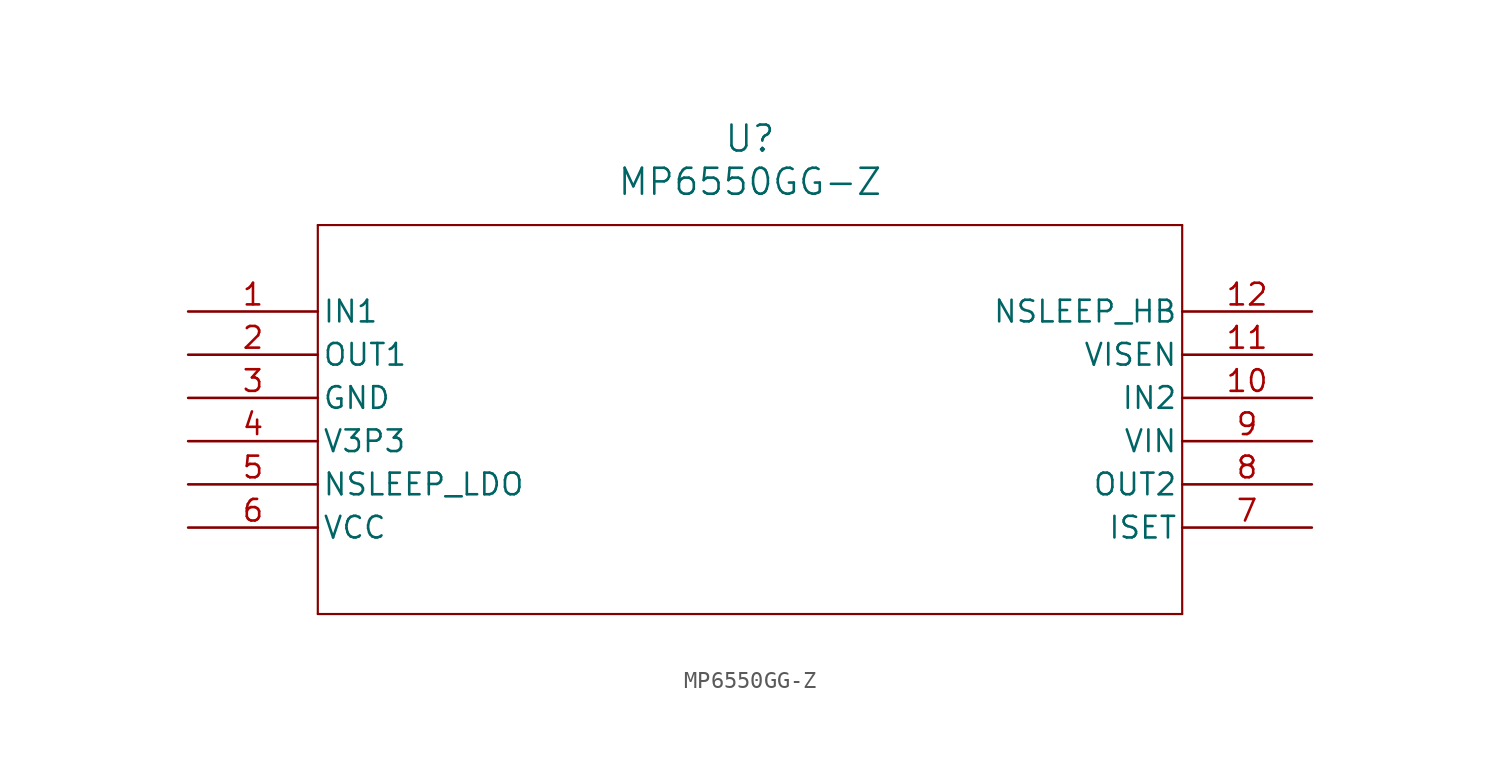
<source format=kicad_sym>
(kicad_symbol_lib
  (version 20241209)
  (generator "kicad_symbol_editor")
  (generator_version "9.0")
  (symbol "MP6550GG-Z"
    (pin_names
      (offset 0.254))
    (property "Reference" "U"
      (at 33.02 10.16 0)
      (effects (font (size 1.524 1.524))))
    (property "Value" "MP6550GG-Z"
      (at 33.02 7.62 0)
      (effects (font (size 1.524 1.524))))
    (property "ki_locked" ""
      (at 0 0 0)
      (effects (font (size 1.27 1.27))))
    (symbol "MP6550GG-Z_0_1"
      (polyline (pts (xy 7.62 5.08) (xy 7.62 -17.78)) (stroke (width 0.127) (type default)) (fill (type none)))
      (polyline (pts (xy 7.62 -17.78) (xy 58.42 -17.78)) (stroke (width 0.127) (type default)) (fill (type none)))
      (polyline (pts (xy 58.42 5.08) (xy 7.62 5.08)) (stroke (width 0.127) (type default)) (fill (type none)))
      (polyline (pts (xy 58.42 -17.78) (xy 58.42 5.08)) (stroke (width 0.127) (type default)) (fill (type none)))
      (pin input line (at 0 0 0) (length 7.62) (name "IN1" (effects (font (size 1.27 1.27)))) (number "1" (effects (font (size 1.27 1.27)))))
      (pin output line (at 0 -2.54 0) (length 7.62) (name "OUT1" (effects (font (size 1.27 1.27)))) (number "2" (effects (font (size 1.27 1.27)))))
      (pin power_in line (at 0 -12.7 0) (length 7.62) (name "VCC" (effects (font (size 1.27 1.27)))) (number "6" (effects (font (size 1.27 1.27)))))
      (pin input line (at 66.04 -5.08 180) (length 7.62) (name "IN2" (effects (font (size 1.27 1.27)))) (number "10" (effects (font (size 1.27 1.27)))))
      (pin output line (at 66.04 -10.16 180) (length 7.62) (name "OUT2" (effects (font (size 1.27 1.27)))) (number "8" (effects (font (size 1.27 1.27))))))
    (symbol "MP6550GG-Z_1_1"
      (pin power_in line (at 0 -5.08 0) (length 7.62) (name "GND" (effects (font (size 1.27 1.27)))) (number "3" (effects (font (size 1.27 1.27)))))
      (pin power_in line (at 0 -7.62 0) (length 7.62) (name "V3P3" (effects (font (size 1.27 1.27)))) (number "4" (effects (font (size 1.27 1.27)))))
      (pin input line (at 0 -10.16 0) (length 7.62) (name "NSLEEP_LDO" (effects (font (size 1.27 1.27)))) (number "5" (effects (font (size 1.27 1.27)))))
      (pin input line (at 66.04 0 180) (length 7.62) (name "NSLEEP_HB" (effects (font (size 1.27 1.27)))) (number "12" (effects (font (size 1.27 1.27)))))
      (pin power_out line (at 66.04 -2.54 180) (length 7.62) (name "VISEN" (effects (font (size 1.27 1.27)))) (number "11" (effects (font (size 1.27 1.27)))))
      (pin power_in line (at 66.04 -7.62 180) (length 7.62) (name "VIN" (effects (font (size 1.27 1.27)))) (number "9" (effects (font (size 1.27 1.27)))))
      (pin input line (at 66.04 -12.7 180) (length 7.62) (name "ISET" (effects (font (size 1.27 1.27)))) (number "7" (effects (font (size 1.27 1.27))))))))
</source>
